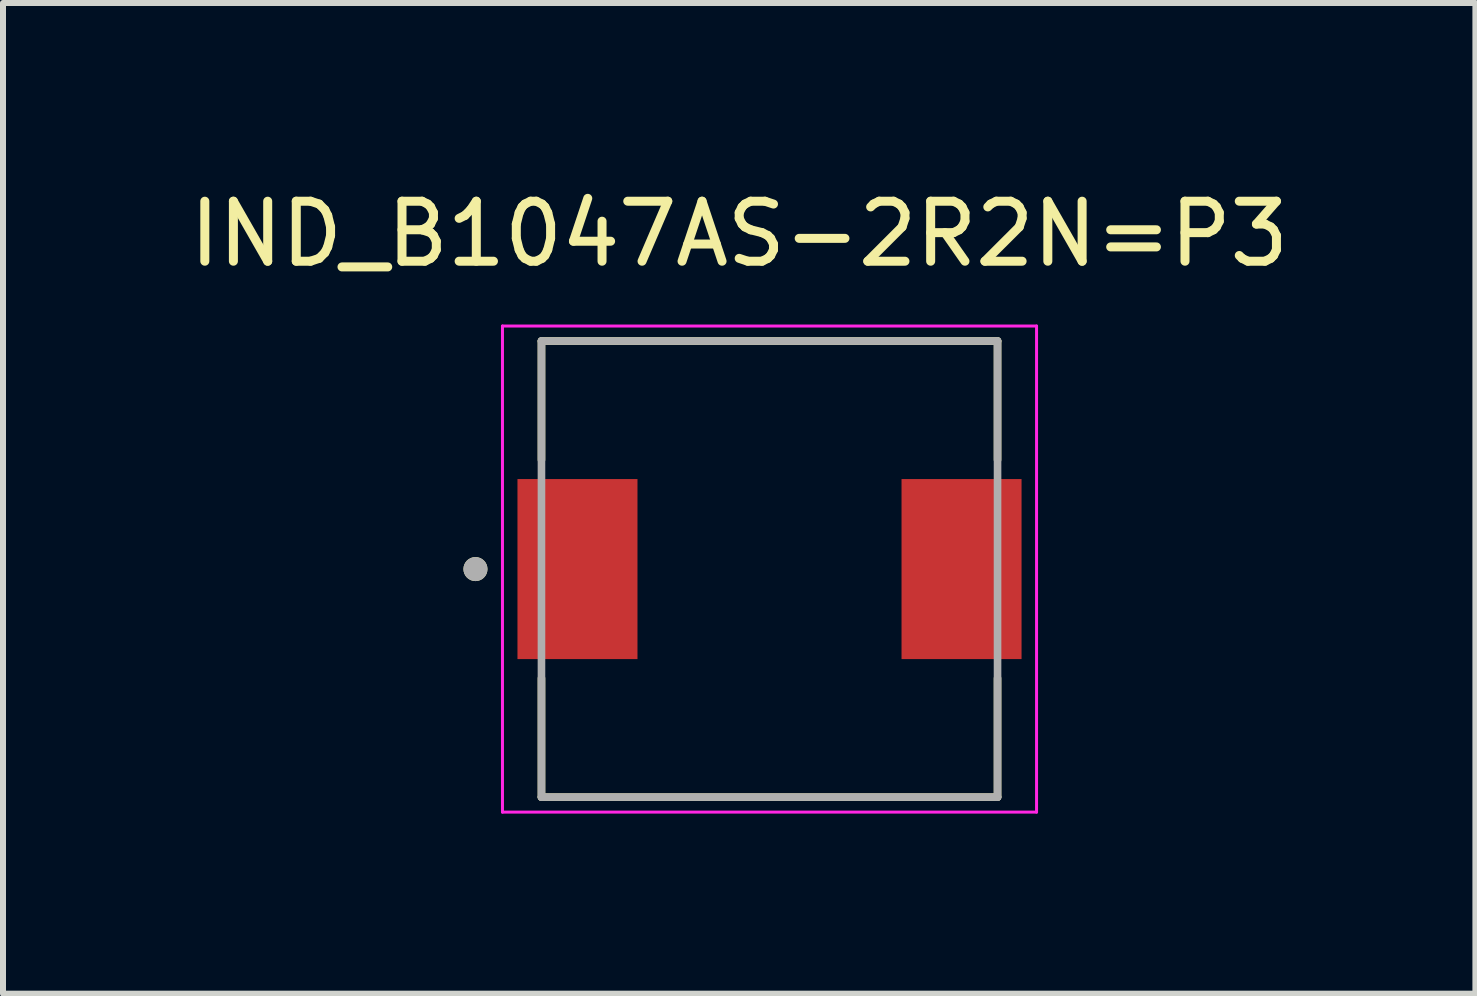
<source format=kicad_pcb>
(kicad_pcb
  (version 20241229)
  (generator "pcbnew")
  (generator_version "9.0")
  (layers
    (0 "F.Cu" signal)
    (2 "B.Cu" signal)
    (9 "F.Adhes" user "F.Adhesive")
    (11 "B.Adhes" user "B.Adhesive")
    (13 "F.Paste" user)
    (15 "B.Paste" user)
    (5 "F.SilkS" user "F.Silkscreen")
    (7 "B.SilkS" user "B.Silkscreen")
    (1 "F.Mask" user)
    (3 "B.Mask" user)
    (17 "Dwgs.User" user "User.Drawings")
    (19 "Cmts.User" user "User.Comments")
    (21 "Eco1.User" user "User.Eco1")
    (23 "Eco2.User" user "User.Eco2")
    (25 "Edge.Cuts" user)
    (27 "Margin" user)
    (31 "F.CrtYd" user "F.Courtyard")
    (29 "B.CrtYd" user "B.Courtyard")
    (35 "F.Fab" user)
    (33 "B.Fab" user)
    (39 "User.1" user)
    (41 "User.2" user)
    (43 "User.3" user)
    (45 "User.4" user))
  (footprint "IND_B1047AS-2R2N=P3"
    (layer "F.Cu")
    (at 9.773 6.433)
    (property "Reference" "IND_B1047AS-2R2N=P3" (at -0.505 -5.585 0) (layer "F.SilkS") (effects (font (size 1 1) (thickness 0.15))))
    (attr smd)
    (fp_line (start -3.8 -3.8) (end 3.8 -3.8) (stroke (width 0.127) (type solid)) (layer "F.SilkS"))
    (fp_line (start -3.8 -1.82) (end -3.8 -3.8) (stroke (width 0.127) (type solid)) (layer "F.SilkS"))
    (fp_line (start -3.8 1.82) (end -3.8 3.8) (stroke (width 0.127) (type solid)) (layer "F.SilkS"))
    (fp_line (start -3.8 3.8) (end 3.8 3.8) (stroke (width 0.127) (type solid)) (layer "F.SilkS"))
    (fp_line (start 3.8 -3.8) (end 3.8 -1.82) (stroke (width 0.127) (type solid)) (layer "F.SilkS"))
    (fp_line (start 3.8 3.8) (end 3.8 1.82) (stroke (width 0.127) (type solid)) (layer "F.SilkS"))
    (fp_circle (center -4.9 0) (end -4.8 0) (stroke (width 0.2) (type solid)) (fill no) (layer "F.SilkS"))
    (fp_line (start -4.45 -4.05) (end 4.45 -4.05) (stroke (width 0.05) (type solid)) (layer "F.CrtYd"))
    (fp_line (start -4.45 4.05) (end -4.45 -4.05) (stroke (width 0.05) (type solid)) (layer "F.CrtYd"))
    (fp_line (start 4.45 -4.05) (end 4.45 4.05) (stroke (width 0.05) (type solid)) (layer "F.CrtYd"))
    (fp_line (start 4.45 4.05) (end -4.45 4.05) (stroke (width 0.05) (type solid)) (layer "F.CrtYd"))
    (fp_line (start -3.8 -3.8) (end 3.8 -3.8) (stroke (width 0.127) (type solid)) (layer "F.Fab"))
    (fp_line (start -3.8 3.8) (end -3.8 -3.8) (stroke (width 0.127) (type solid)) (layer "F.Fab"))
    (fp_line (start 3.8 -3.8) (end 3.8 3.8) (stroke (width 0.127) (type solid)) (layer "F.Fab"))
    (fp_line (start 3.8 3.8) (end -3.8 3.8) (stroke (width 0.127) (type solid)) (layer "F.Fab"))
    (fp_circle (center -4.9 0) (end -4.8 0) (stroke (width 0.2) (type solid)) (fill no) (layer "F.Fab"))
    (pad "1" smd rect (at -3.2 0) (size 2 3) (layers "F.Cu" "F.Mask" "F.Paste"))
    (pad "2" smd rect (at 3.2 0) (size 2 3) (layers "F.Cu" "F.Mask" "F.Paste")))
  (gr_rect
    (start -3 -3)
    (end 21.536 13.508)
    (stroke (width 0.1) (type default))
    (fill no)
    (layer "Edge.Cuts")))
</source>
